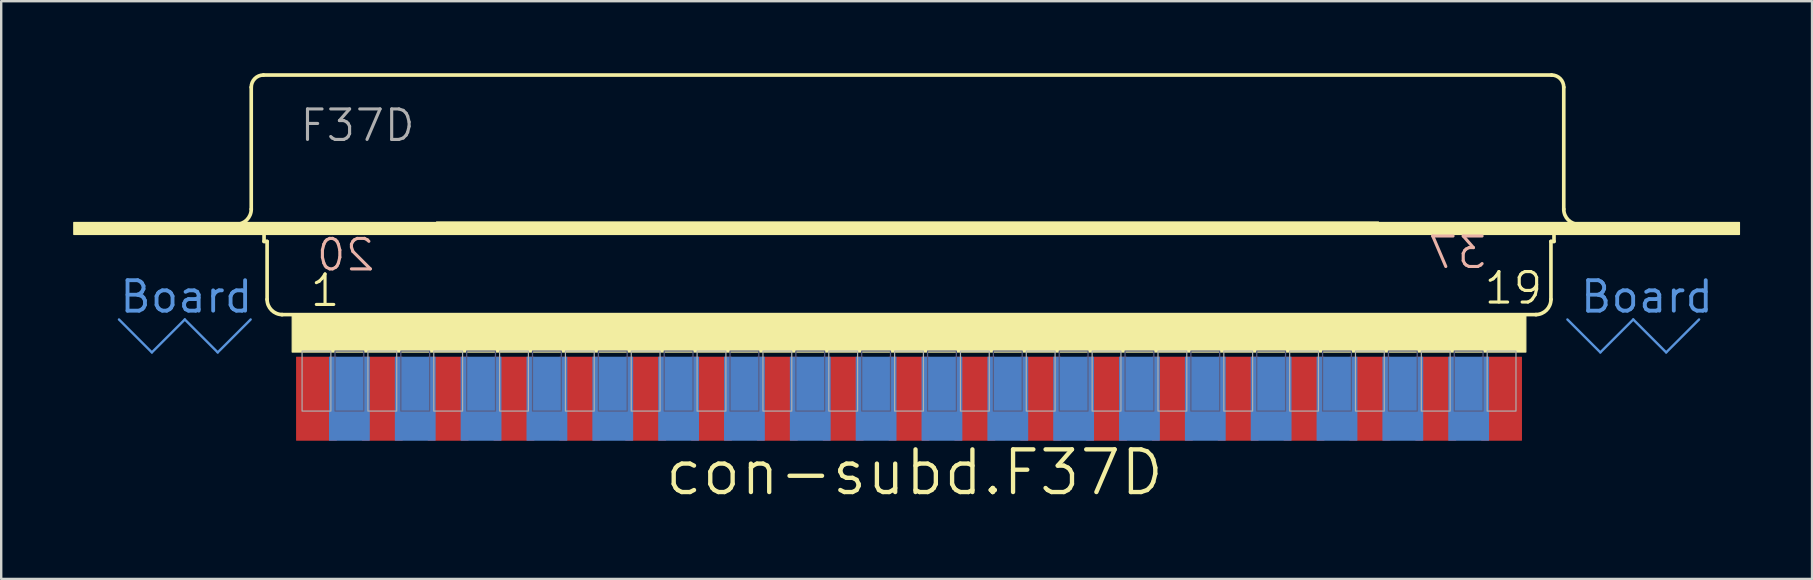
<source format=kicad_pcb>
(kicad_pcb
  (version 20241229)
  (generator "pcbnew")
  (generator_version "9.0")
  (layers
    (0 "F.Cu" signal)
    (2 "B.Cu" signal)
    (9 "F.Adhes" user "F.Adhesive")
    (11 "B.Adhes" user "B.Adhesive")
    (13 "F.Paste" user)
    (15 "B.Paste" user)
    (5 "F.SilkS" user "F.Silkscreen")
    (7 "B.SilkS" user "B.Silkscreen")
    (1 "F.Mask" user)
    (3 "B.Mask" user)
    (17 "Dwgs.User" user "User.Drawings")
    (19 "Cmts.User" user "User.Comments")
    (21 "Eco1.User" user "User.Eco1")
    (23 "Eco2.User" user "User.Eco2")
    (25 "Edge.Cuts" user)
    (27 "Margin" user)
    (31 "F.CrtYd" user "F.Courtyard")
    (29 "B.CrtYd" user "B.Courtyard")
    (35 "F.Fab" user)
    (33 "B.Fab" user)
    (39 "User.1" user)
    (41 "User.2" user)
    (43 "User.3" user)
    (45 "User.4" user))
  (footprint "con-subd.F37D"
    (layer "F.Cu")
    (at 34.825 7.518)
    (property "Reference" "con-subd.F37D" (at -10.262 10.16 0) (layer "F.SilkS") (effects (font (size 1.778 1.778) (thickness 0.18)) (justify left bottom)))
    (attr smd)
    (fp_line (start -27.407 -1.854) (end -27.407 -6.934) (stroke (width 0.152) (type default)) (layer "F.SilkS"))
    (fp_line (start -26.899 -7.442) (end 26.772 -7.442) (stroke (width 0.152) (type default)) (layer "F.SilkS"))
    (fp_line (start -26.873 -0.508) (end -26.873 -1.016) (stroke (width 0.152) (type default)) (layer "F.SilkS"))
    (fp_line (start -26.873 -0.508) (end -26.746 -0.508) (stroke (width 0.152) (type default)) (layer "F.SilkS"))
    (fp_line (start -26.746 1.905) (end -26.746 -0.508) (stroke (width 0.152) (type default)) (layer "F.SilkS"))
    (fp_line (start -26.13 2.54) (end 26.13 2.54) (stroke (width 0.152) (type default)) (layer "F.SilkS"))
    (fp_line (start 26.746 -0.508) (end 26.873 -0.508) (stroke (width 0.152) (type default)) (layer "F.SilkS"))
    (fp_line (start 26.746 1.905) (end 26.746 -0.508) (stroke (width 0.152) (type default)) (layer "F.SilkS"))
    (fp_line (start 26.873 -0.508) (end 26.873 -1.016) (stroke (width 0.152) (type default)) (layer "F.SilkS"))
    (fp_line (start 27.28 -1.854) (end 27.28 -6.934) (stroke (width 0.152) (type default)) (layer "F.SilkS"))
    (fp_rect (start -34.8 -0.8) (end 34.6 -1.3) (stroke (width 0.05) (type default)) (fill yes) (layer "F.SilkS"))
    (fp_rect (start -25.7 4.1) (end 25.7 2.5) (stroke (width 0.05) (type default)) (fill yes) (layer "F.SilkS"))
    (fp_rect (start -19.685 -0.811) (end 19.558 -1.319) (stroke (width 0.05) (type default)) (fill yes) (layer "F.SilkS"))
    (fp_arc (start -27.4066 -6.9342) (mid -27.25781 -7.29341) (end -26.8986 -7.4422) (stroke (width 0.1524) (type default)) (layer "F.SilkS"))
    (fp_arc (start -27.4066 -1.8542) (mid -27.592587 -1.405187) (end -28.0416 -1.2192) (stroke (width 0.1524) (type default)) (layer "F.SilkS"))
    (fp_arc (start -26.1112 2.54) (mid -26.560213 2.354013) (end -26.7462 1.905) (stroke (width 0.1524) (type default)) (layer "F.SilkS"))
    (fp_arc (start 26.7462 1.905) (mid 26.560213 2.354013) (end 26.1112 2.54) (stroke (width 0.1524) (type default)) (layer "F.SilkS"))
    (fp_arc (start 26.7716 -7.4422) (mid 27.13081 -7.29341) (end 27.2796 -6.9342) (stroke (width 0.1524) (type default)) (layer "F.SilkS"))
    (fp_arc (start 27.9146 -1.2192) (mid 27.465587 -1.405187) (end 27.2796 -1.8542) (stroke (width 0.1524) (type default)) (layer "F.SilkS"))
    (fp_line (start -32.918 2.743) (end -31.547 4.115) (stroke (width 0.1) (type default)) (layer "Cmts.User"))
    (fp_line (start -31.547 4.115) (end -30.175 2.743) (stroke (width 0.1) (type default)) (layer "Cmts.User"))
    (fp_line (start -30.175 2.743) (end -28.804 4.115) (stroke (width 0.1) (type default)) (layer "Cmts.User"))
    (fp_line (start -28.804 4.115) (end -27.432 2.743) (stroke (width 0.1) (type default)) (layer "Cmts.User"))
    (fp_line (start 27.432 2.743) (end 28.804 4.115) (stroke (width 0.1) (type default)) (layer "Cmts.User"))
    (fp_line (start 28.804 4.115) (end 30.175 2.743) (stroke (width 0.1) (type default)) (layer "Cmts.User"))
    (fp_line (start 30.175 2.743) (end 31.547 4.115) (stroke (width 0.1) (type default)) (layer "Cmts.User"))
    (fp_line (start 31.547 4.115) (end 32.918 2.743) (stroke (width 0.1) (type default)) (layer "Cmts.User"))
    (fp_rect (start -23.917 6.56) (end -22.717 4.06) (stroke (width 0.05) (type default)) (fill no) (layer "B.Fab"))
    (fp_rect (start -21.174 6.56) (end -19.974 4.06) (stroke (width 0.05) (type default)) (fill no) (layer "B.Fab"))
    (fp_rect (start -18.431 6.56) (end -17.231 4.06) (stroke (width 0.05) (type default)) (fill no) (layer "B.Fab"))
    (fp_rect (start -15.688 6.56) (end -14.488 4.06) (stroke (width 0.05) (type default)) (fill no) (layer "B.Fab"))
    (fp_rect (start -12.944 6.56) (end -11.744 4.06) (stroke (width 0.05) (type default)) (fill no) (layer "B.Fab"))
    (fp_rect (start -10.201 6.56) (end -9.001 4.06) (stroke (width 0.05) (type default)) (fill no) (layer "B.Fab"))
    (fp_rect (start -7.458 6.56) (end -6.258 4.06) (stroke (width 0.05) (type default)) (fill no) (layer "B.Fab"))
    (fp_rect (start -4.715 6.56) (end -3.515 4.06) (stroke (width 0.05) (type default)) (fill no) (layer "B.Fab"))
    (fp_rect (start -1.972 6.56) (end -0.772 4.06) (stroke (width 0.05) (type default)) (fill no) (layer "B.Fab"))
    (fp_rect (start 0.772 6.56) (end 1.972 4.06) (stroke (width 0.05) (type default)) (fill no) (layer "B.Fab"))
    (fp_rect (start 3.515 6.56) (end 4.715 4.06) (stroke (width 0.05) (type default)) (fill no) (layer "B.Fab"))
    (fp_rect (start 6.258 6.56) (end 7.458 4.06) (stroke (width 0.05) (type default)) (fill no) (layer "B.Fab"))
    (fp_rect (start 9.001 6.56) (end 10.201 4.06) (stroke (width 0.05) (type default)) (fill no) (layer "B.Fab"))
    (fp_rect (start 11.744 6.56) (end 12.944 4.06) (stroke (width 0.05) (type default)) (fill no) (layer "B.Fab"))
    (fp_rect (start 14.488 6.56) (end 15.688 4.06) (stroke (width 0.05) (type default)) (fill no) (layer "B.Fab"))
    (fp_rect (start 17.231 6.56) (end 18.431 4.06) (stroke (width 0.05) (type default)) (fill no) (layer "B.Fab"))
    (fp_rect (start 19.974 6.56) (end 21.174 4.06) (stroke (width 0.05) (type default)) (fill no) (layer "B.Fab"))
    (fp_rect (start 22.717 6.56) (end 23.917 4.06) (stroke (width 0.05) (type default)) (fill no) (layer "B.Fab"))
    (fp_rect (start -25.289 6.56) (end -24.089 4.06) (stroke (width 0.05) (type default)) (fill no) (layer "F.Fab"))
    (fp_rect (start -22.546 6.56) (end -21.346 4.06) (stroke (width 0.05) (type default)) (fill no) (layer "F.Fab"))
    (fp_rect (start -19.802 6.56) (end -18.602 4.06) (stroke (width 0.05) (type default)) (fill no) (layer "F.Fab"))
    (fp_rect (start -17.059 6.56) (end -15.859 4.06) (stroke (width 0.05) (type default)) (fill no) (layer "F.Fab"))
    (fp_rect (start -14.316 6.56) (end -13.116 4.06) (stroke (width 0.05) (type default)) (fill no) (layer "F.Fab"))
    (fp_rect (start -11.573 6.56) (end -10.373 4.06) (stroke (width 0.05) (type default)) (fill no) (layer "F.Fab"))
    (fp_rect (start -8.83 6.56) (end -7.63 4.06) (stroke (width 0.05) (type default)) (fill no) (layer "F.Fab"))
    (fp_rect (start -6.086 6.56) (end -4.886 4.06) (stroke (width 0.05) (type default)) (fill no) (layer "F.Fab"))
    (fp_rect (start -3.343 6.56) (end -2.143 4.06) (stroke (width 0.05) (type default)) (fill no) (layer "F.Fab"))
    (fp_rect (start -0.6 6.56) (end 0.6 4.06) (stroke (width 0.05) (type default)) (fill no) (layer "F.Fab"))
    (fp_rect (start 2.143 6.56) (end 3.343 4.06) (stroke (width 0.05) (type default)) (fill no) (layer "F.Fab"))
    (fp_rect (start 4.886 6.56) (end 6.086 4.06) (stroke (width 0.05) (type default)) (fill no) (layer "F.Fab"))
    (fp_rect (start 7.63 6.56) (end 8.83 4.06) (stroke (width 0.05) (type default)) (fill no) (layer "F.Fab"))
    (fp_rect (start 10.373 6.56) (end 11.573 4.06) (stroke (width 0.05) (type default)) (fill no) (layer "F.Fab"))
    (fp_rect (start 13.116 6.56) (end 14.316 4.06) (stroke (width 0.05) (type default)) (fill no) (layer "F.Fab"))
    (fp_rect (start 15.859 6.56) (end 17.059 4.06) (stroke (width 0.05) (type default)) (fill no) (layer "F.Fab"))
    (fp_rect (start 18.602 6.56) (end 19.802 4.06) (stroke (width 0.05) (type default)) (fill no) (layer "F.Fab"))
    (fp_rect (start 21.346 6.56) (end 22.546 4.06) (stroke (width 0.05) (type default)) (fill no) (layer "F.Fab"))
    (fp_rect (start 24.089 6.56) (end 25.289 4.06) (stroke (width 0.05) (type default)) (fill no) (layer "F.Fab"))
    (fp_text user "19" (at 23.887 2.179 0) (layer "F.SilkS") (effects (font (size 1.27 1.27) (thickness 0.13)) (justify left bottom)))
    (fp_text user "1" (at -25.022 2.279 0) (layer "F.SilkS") (effects (font (size 1.27 1.27) (thickness 0.13)) (justify left bottom)))
    (fp_text user "20" (at -22.179 0.797 0) (layer "B.SilkS") (effects (font (size 1.27 1.27) (thickness 0.13)) (justify left bottom mirror)))
    (fp_text user "37" (at 24.144 0.697 0) (layer "B.SilkS") (effects (font (size 1.27 1.27) (thickness 0.13)) (justify left bottom mirror)))
    (fp_text user "Board" (at 27.889 2.54 0) (layer "Cmts.User") (effects (font (size 1.27 1.27) (thickness 0.16)) (justify left bottom)))
    (fp_text user "Board " (at -32.969 2.54 0) (layer "Cmts.User") (effects (font (size 1.27 1.27) (thickness 0.16)) (justify left bottom)))
    (fp_text user "F37D" (at -25.451 -4.597 0) (layer "F.Fab") (effects (font (size 1.27 1.27) (thickness 0.13)) (justify left bottom)))
    (pad "1" smd roundrect (at -24.689 6.045) (size 1.7 3.5) (layers "F.Cu" "F.Mask" "F.Paste") (roundrect_rratio 0.01))
    (pad "2" smd roundrect (at -21.946 6.045) (size 1.7 3.5) (layers "F.Cu" "F.Mask" "F.Paste") (roundrect_rratio 0.01))
    (pad "3" smd roundrect (at -19.202 6.045) (size 1.7 3.5) (layers "F.Cu" "F.Mask" "F.Paste") (roundrect_rratio 0.01))
    (pad "4" smd roundrect (at -16.459 6.045) (size 1.7 3.5) (layers "F.Cu" "F.Mask" "F.Paste") (roundrect_rratio 0.01))
    (pad "5" smd roundrect (at -13.716 6.045) (size 1.7 3.5) (layers "F.Cu" "F.Mask" "F.Paste") (roundrect_rratio 0.01))
    (pad "6" smd roundrect (at -10.973 6.045) (size 1.7 3.5) (layers "F.Cu" "F.Mask" "F.Paste") (roundrect_rratio 0.01))
    (pad "7" smd roundrect (at -8.23 6.045) (size 1.7 3.5) (layers "F.Cu" "F.Mask" "F.Paste") (roundrect_rratio 0.01))
    (pad "8" smd roundrect (at -5.486 6.045) (size 1.7 3.5) (layers "F.Cu" "F.Mask" "F.Paste") (roundrect_rratio 0.01))
    (pad "9" smd roundrect (at -2.743 6.045) (size 1.7 3.5) (layers "F.Cu" "F.Mask" "F.Paste") (roundrect_rratio 0.01))
    (pad "10" smd roundrect (at 0 6.045) (size 1.7 3.5) (layers "F.Cu" "F.Mask" "F.Paste") (roundrect_rratio 0.01))
    (pad "11" smd roundrect (at 2.743 6.045) (size 1.7 3.5) (layers "F.Cu" "F.Mask" "F.Paste") (roundrect_rratio 0.01))
    (pad "12" smd roundrect (at 5.486 6.045) (size 1.7 3.5) (layers "F.Cu" "F.Mask" "F.Paste") (roundrect_rratio 0.01))
    (pad "13" smd roundrect (at 8.23 6.045) (size 1.7 3.5) (layers "F.Cu" "F.Mask" "F.Paste") (roundrect_rratio 0.01))
    (pad "14" smd roundrect (at 10.973 6.045) (size 1.7 3.5) (layers "F.Cu" "F.Mask" "F.Paste") (roundrect_rratio 0.01))
    (pad "15" smd roundrect (at 13.716 6.045) (size 1.7 3.5) (layers "F.Cu" "F.Mask" "F.Paste") (roundrect_rratio 0.01))
    (pad "16" smd roundrect (at 16.459 6.045) (size 1.7 3.5) (layers "F.Cu" "F.Mask" "F.Paste") (roundrect_rratio 0.01))
    (pad "17" smd roundrect (at 19.202 6.045) (size 1.7 3.5) (layers "F.Cu" "F.Mask" "F.Paste") (roundrect_rratio 0.01))
    (pad "18" smd roundrect (at 21.946 6.045) (size 1.7 3.5) (layers "F.Cu" "F.Mask" "F.Paste") (roundrect_rratio 0.01))
    (pad "19" smd roundrect (at 24.689 6.045) (size 1.7 3.5) (layers "F.Cu" "F.Mask" "F.Paste") (roundrect_rratio 0.01))
    (pad "20" smd roundrect (at -23.317 6.045) (size 1.7 3.5) (layers "B.Cu" "B.Mask" "B.Paste") (roundrect_rratio 0.01))
    (pad "21" smd roundrect (at -20.574 6.045) (size 1.7 3.5) (layers "B.Cu" "B.Mask" "B.Paste") (roundrect_rratio 0.01))
    (pad "22" smd roundrect (at -17.831 6.045) (size 1.7 3.5) (layers "B.Cu" "B.Mask" "B.Paste") (roundrect_rratio 0.01))
    (pad "23" smd roundrect (at -15.088 6.045) (size 1.7 3.5) (layers "B.Cu" "B.Mask" "B.Paste") (roundrect_rratio 0.01))
    (pad "24" smd roundrect (at -12.344 6.045) (size 1.7 3.5) (layers "B.Cu" "B.Mask" "B.Paste") (roundrect_rratio 0.01))
    (pad "25" smd roundrect (at -9.601 6.045) (size 1.7 3.5) (layers "B.Cu" "B.Mask" "B.Paste") (roundrect_rratio 0.01))
    (pad "26" smd roundrect (at -6.858 6.045) (size 1.7 3.5) (layers "B.Cu" "B.Mask" "B.Paste") (roundrect_rratio 0.01))
    (pad "27" smd roundrect (at -4.115 6.045) (size 1.7 3.5) (layers "B.Cu" "B.Mask" "B.Paste") (roundrect_rratio 0.01))
    (pad "28" smd roundrect (at -1.372 6.045) (size 1.7 3.5) (layers "B.Cu" "B.Mask" "B.Paste") (roundrect_rratio 0.01))
    (pad "29" smd roundrect (at 1.372 6.045) (size 1.7 3.5) (layers "B.Cu" "B.Mask" "B.Paste") (roundrect_rratio 0.01))
    (pad "30" smd roundrect (at 4.115 6.045) (size 1.7 3.5) (layers "B.Cu" "B.Mask" "B.Paste") (roundrect_rratio 0.01))
    (pad "31" smd roundrect (at 6.858 6.045) (size 1.7 3.5) (layers "B.Cu" "B.Mask" "B.Paste") (roundrect_rratio 0.01))
    (pad "32" smd roundrect (at 9.601 6.045) (size 1.7 3.5) (layers "B.Cu" "B.Mask" "B.Paste") (roundrect_rratio 0.01))
    (pad "33" smd roundrect (at 12.344 6.045) (size 1.7 3.5) (layers "B.Cu" "B.Mask" "B.Paste") (roundrect_rratio 0.01))
    (pad "34" smd roundrect (at 15.088 6.045) (size 1.7 3.5) (layers "B.Cu" "B.Mask" "B.Paste") (roundrect_rratio 0.01))
    (pad "35" smd roundrect (at 17.831 6.045) (size 1.7 3.5) (layers "B.Cu" "B.Mask" "B.Paste") (roundrect_rratio 0.01))
    (pad "36" smd roundrect (at 20.574 6.045) (size 1.7 3.5) (layers "B.Cu" "B.Mask" "B.Paste") (roundrect_rratio 0.01))
    (pad "37" smd roundrect (at 23.317 6.045) (size 1.7 3.5) (layers "B.Cu" "B.Mask" "B.Paste") (roundrect_rratio 0.01)))
  (gr_rect
    (start -3 -3)
    (end 72.45 21.072)
    (stroke (width 0.1) (type default))
    (fill no)
    (layer "Edge.Cuts")))
</source>
